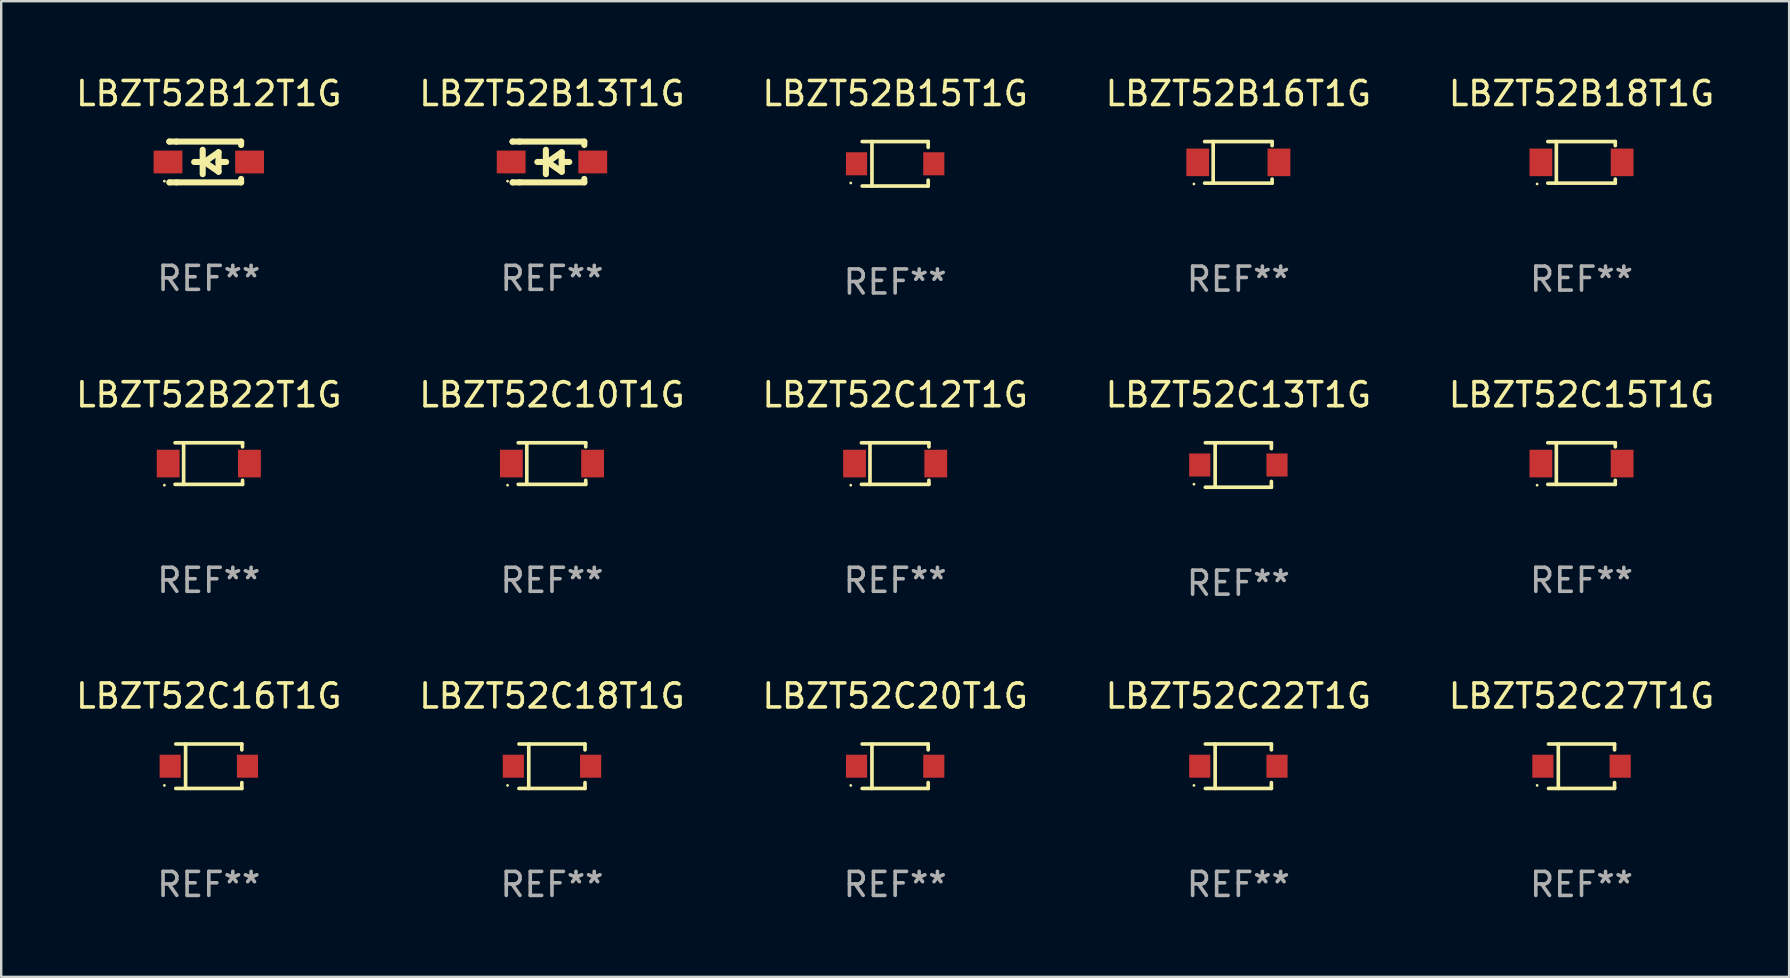
<source format=kicad_pcb>
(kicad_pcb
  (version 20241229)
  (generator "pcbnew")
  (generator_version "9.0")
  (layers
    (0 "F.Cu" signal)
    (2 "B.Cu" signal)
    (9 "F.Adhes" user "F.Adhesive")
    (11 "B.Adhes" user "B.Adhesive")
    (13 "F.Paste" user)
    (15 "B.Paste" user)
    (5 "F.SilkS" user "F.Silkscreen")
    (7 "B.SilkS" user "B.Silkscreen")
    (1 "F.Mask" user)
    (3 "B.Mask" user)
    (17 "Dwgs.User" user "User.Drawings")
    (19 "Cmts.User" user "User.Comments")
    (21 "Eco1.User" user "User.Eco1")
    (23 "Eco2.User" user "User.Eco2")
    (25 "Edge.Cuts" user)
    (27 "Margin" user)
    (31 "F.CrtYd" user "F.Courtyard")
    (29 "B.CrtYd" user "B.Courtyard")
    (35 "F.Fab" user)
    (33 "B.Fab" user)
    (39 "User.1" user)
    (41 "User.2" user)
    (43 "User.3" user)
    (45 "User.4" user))
  (footprint "LBZT52C15T1G"
    (layer "F.Cu")
    (at 62.839 16.263)
    (property "Reference" "LBZT52C15T1G" (at 0 -2.866 0) (layer "F.SilkS") (effects (font (size 1 1) (thickness 0.15))))
    (attr through_hole)
    (fp_line (start -1.406 -0.866) (end 1.406 -0.866) (stroke (width 0.152) (type solid)) (layer "F.SilkS"))
    (fp_line (start -1.406 0.866) (end 1.406 0.866) (stroke (width 0.152) (type solid)) (layer "F.SilkS"))
    (fp_line (start -1.049 -0.866) (end -1.049 0.866) (stroke (width 0.152) (type solid)) (layer "F.SilkS"))
    (fp_line (start 1.406 -0.866) (end 1.406 -0.698) (stroke (width 0.152) (type solid)) (layer "F.SilkS"))
    (fp_line (start 1.406 0.866) (end 1.406 0.698) (stroke (width 0.152) (type solid)) (layer "F.SilkS"))
    (fp_circle (center -1.851 0.9) (end -1.821 0.9) (stroke (width 0.06) (type solid)) (fill no) (layer "F.SilkS"))
    (fp_text user "REF**" (at 0 4.866 0) (layer "F.Fab") (effects (font (size 1 1) (thickness 0.15))))
    (pad "1" smd rect (at -1.692 0) (size 0.95 1.15) (layers "F.Cu" "F.Mask" "F.Paste"))
    (pad "2" smd rect (at 1.692 0) (size 0.95 1.15) (layers "F.Cu" "F.Mask" "F.Paste")))
  (footprint "LBZT52C12T1G"
    (layer "F.Cu")
    (at 34.244 16.263)
    (property "Reference" "LBZT52C12T1G" (at 0 -2.866 0) (layer "F.SilkS") (effects (font (size 1 1) (thickness 0.15))))
    (attr through_hole)
    (fp_line (start -1.406 -0.866) (end 1.406 -0.866) (stroke (width 0.152) (type solid)) (layer "F.SilkS"))
    (fp_line (start -1.406 0.866) (end 1.406 0.866) (stroke (width 0.152) (type solid)) (layer "F.SilkS"))
    (fp_line (start -1.049 -0.866) (end -1.049 0.866) (stroke (width 0.152) (type solid)) (layer "F.SilkS"))
    (fp_line (start 1.406 -0.866) (end 1.406 -0.698) (stroke (width 0.152) (type solid)) (layer "F.SilkS"))
    (fp_line (start 1.406 0.866) (end 1.406 0.698) (stroke (width 0.152) (type solid)) (layer "F.SilkS"))
    (fp_circle (center -1.851 0.9) (end -1.821 0.9) (stroke (width 0.06) (type solid)) (fill no) (layer "F.SilkS"))
    (fp_text user "REF**" (at 0 4.866 0) (layer "F.Fab") (effects (font (size 1 1) (thickness 0.15))))
    (pad "1" smd rect (at -1.692 0) (size 0.95 1.15) (layers "F.Cu" "F.Mask" "F.Paste"))
    (pad "2" smd rect (at 1.692 0) (size 0.95 1.15) (layers "F.Cu" "F.Mask" "F.Paste")))
  (footprint "LBZT52B15T1G"
    (layer "F.Cu")
    (at 34.244 3.774)
    (property "Reference" "LBZT52B15T1G" (at 0 -2.926 0) (layer "F.SilkS") (effects (font (size 1 1) (thickness 0.15))))
    (attr through_hole)
    (fp_line (start -1.376 -0.926) (end 1.376 -0.926) (stroke (width 0.152) (type solid)) (layer "F.SilkS"))
    (fp_line (start -1.376 0.926) (end 1.376 0.926) (stroke (width 0.152) (type solid)) (layer "F.SilkS"))
    (fp_line (start -0.967 -0.926) (end -0.967 0.926) (stroke (width 0.152) (type solid)) (layer "F.SilkS"))
    (fp_line (start 1.376 -0.926) (end 1.376 -0.683) (stroke (width 0.152) (type solid)) (layer "F.SilkS"))
    (fp_line (start 1.376 0.926) (end 1.376 0.683) (stroke (width 0.152) (type solid)) (layer "F.SilkS"))
    (fp_circle (center -1.85 0.8) (end -1.82 0.8) (stroke (width 0.06) (type solid)) (fill no) (layer "F.SilkS"))
    (fp_text user "REF**" (at 0 4.926 0) (layer "F.Fab") (effects (font (size 1 1) (thickness 0.15))))
    (pad "1" smd rect (at -1.61 -0.000076) (size 0.88 0.96) (layers "F.Cu" "F.Mask" "F.Paste"))
    (pad "2" smd rect (at 1.61 -0.000076) (size 0.88 0.96) (layers "F.Cu" "F.Mask" "F.Paste")))
  (footprint "LBZT52C22T1G"
    (layer "F.Cu")
    (at 48.542 28.872)
    (property "Reference" "LBZT52C22T1G" (at 0 -2.926 0) (layer "F.SilkS") (effects (font (size 1 1) (thickness 0.15))))
    (attr through_hole)
    (fp_line (start -1.376 -0.926) (end 1.376 -0.926) (stroke (width 0.152) (type solid)) (layer "F.SilkS"))
    (fp_line (start -1.376 0.926) (end 1.376 0.926) (stroke (width 0.152) (type solid)) (layer "F.SilkS"))
    (fp_line (start -0.967 -0.926) (end -0.967 0.926) (stroke (width 0.152) (type solid)) (layer "F.SilkS"))
    (fp_line (start 1.376 -0.926) (end 1.376 -0.683) (stroke (width 0.152) (type solid)) (layer "F.SilkS"))
    (fp_line (start 1.376 0.926) (end 1.376 0.683) (stroke (width 0.152) (type solid)) (layer "F.SilkS"))
    (fp_circle (center -1.85 0.8) (end -1.82 0.8) (stroke (width 0.06) (type solid)) (fill no) (layer "F.SilkS"))
    (fp_text user "REF**" (at 0 4.926 0) (layer "F.Fab") (effects (font (size 1 1) (thickness 0.15))))
    (pad "1" smd rect (at -1.61 0) (size 0.88 0.96) (layers "F.Cu" "F.Mask" "F.Paste"))
    (pad "2" smd rect (at 1.61 0) (size 0.88 0.96) (layers "F.Cu" "F.Mask" "F.Paste")))
  (footprint "LBZT52B13T1G"
    (layer "F.Cu")
    (at 19.946 3.698)
    (property "Reference" "LBZT52B13T1G" (at 0 -2.85 0) (layer "F.SilkS") (effects (font (size 1 1) (thickness 0.15))))
    (attr through_hole)
    (fp_line (start -1.643 -0.85) (end -1.644 -0.849) (stroke (width 0.254) (type solid)) (layer "F.SilkS"))
    (fp_line (start -1.638 0.85) (end -1.639 0.849) (stroke (width 0.254) (type solid)) (layer "F.SilkS"))
    (fp_line (start -1.346 -0.85) (end -1.643 -0.85) (stroke (width 0.254) (type solid)) (layer "F.SilkS"))
    (fp_line (start -1.346 -0.85) (end 1.346 -0.85) (stroke (width 0.254) (type solid)) (layer "F.SilkS"))
    (fp_line (start -1.346 0.85) (end -1.638 0.85) (stroke (width 0.254) (type solid)) (layer "F.SilkS"))
    (fp_line (start -0.28 0) (end -0.61 0) (stroke (width 0.254) (type solid)) (layer "F.SilkS"))
    (fp_line (start -0.254 -0.508) (end -0.254 0.508) (stroke (width 0.254) (type solid)) (layer "F.SilkS"))
    (fp_line (start -0.178 0) (end 0.406 -0.406) (stroke (width 0.254) (type solid)) (layer "F.SilkS"))
    (fp_line (start 0.406 -0.406) (end 0.406 0.406) (stroke (width 0.254) (type solid)) (layer "F.SilkS"))
    (fp_line (start 0.406 -0.000254) (end 0.72 -0.000254) (stroke (width 0.254) (type solid)) (layer "F.SilkS"))
    (fp_line (start 0.406 0.406) (end -0.178 0) (stroke (width 0.254) (type solid)) (layer "F.SilkS"))
    (fp_line (start 1.346 -0.85) (end 1.346 -0.706) (stroke (width 0.254) (type solid)) (layer "F.SilkS"))
    (fp_line (start 1.346 0.706) (end 1.346 0.85) (stroke (width 0.254) (type solid)) (layer "F.SilkS"))
    (fp_line (start 1.346 0.85) (end -1.346 0.85) (stroke (width 0.254) (type solid)) (layer "F.SilkS"))
    (fp_circle (center -1.85 0.8) (end -1.82 0.8) (stroke (width 0.06) (type solid)) (fill no) (layer "F.SilkS"))
    (fp_text user "REF**" (at 0 4.85 0) (layer "F.Fab") (effects (font (size 1 1) (thickness 0.15))))
    (pad "1" smd rect (at -1.7 0) (size 1.2 0.95) (layers "F.Cu" "F.Mask" "F.Paste"))
    (pad "2" smd rect (at 1.7 0) (size 1.2 0.95) (layers "F.Cu" "F.Mask" "F.Paste")))
  (footprint "LBZT52C18T1G"
    (layer "F.Cu")
    (at 19.946 28.872)
    (property "Reference" "LBZT52C18T1G" (at 0 -2.926 0) (layer "F.SilkS") (effects (font (size 1 1) (thickness 0.15))))
    (attr through_hole)
    (fp_line (start -1.376 -0.926) (end 1.376 -0.926) (stroke (width 0.152) (type solid)) (layer "F.SilkS"))
    (fp_line (start -1.376 0.926) (end 1.376 0.926) (stroke (width 0.152) (type solid)) (layer "F.SilkS"))
    (fp_line (start -0.967 -0.926) (end -0.967 0.926) (stroke (width 0.152) (type solid)) (layer "F.SilkS"))
    (fp_line (start 1.376 -0.926) (end 1.376 -0.683) (stroke (width 0.152) (type solid)) (layer "F.SilkS"))
    (fp_line (start 1.376 0.926) (end 1.376 0.683) (stroke (width 0.152) (type solid)) (layer "F.SilkS"))
    (fp_circle (center -1.85 0.8) (end -1.82 0.8) (stroke (width 0.06) (type solid)) (fill no) (layer "F.SilkS"))
    (fp_text user "REF**" (at 0 4.926 0) (layer "F.Fab") (effects (font (size 1 1) (thickness 0.15))))
    (pad "1" smd rect (at -1.61 0) (size 0.88 0.96) (layers "F.Cu" "F.Mask" "F.Paste"))
    (pad "2" smd rect (at 1.61 0) (size 0.88 0.96) (layers "F.Cu" "F.Mask" "F.Paste")))
  (footprint "LBZT52C27T1G"
    (layer "F.Cu")
    (at 62.839 28.872)
    (property "Reference" "LBZT52C27T1G" (at 0 -2.926 0) (layer "F.SilkS") (effects (font (size 1 1) (thickness 0.15))))
    (attr through_hole)
    (fp_line (start -1.376 -0.926) (end 1.376 -0.926) (stroke (width 0.152) (type solid)) (layer "F.SilkS"))
    (fp_line (start -1.376 0.926) (end 1.376 0.926) (stroke (width 0.152) (type solid)) (layer "F.SilkS"))
    (fp_line (start -0.967 -0.926) (end -0.967 0.926) (stroke (width 0.152) (type solid)) (layer "F.SilkS"))
    (fp_line (start 1.376 -0.926) (end 1.376 -0.683) (stroke (width 0.152) (type solid)) (layer "F.SilkS"))
    (fp_line (start 1.376 0.926) (end 1.376 0.683) (stroke (width 0.152) (type solid)) (layer "F.SilkS"))
    (fp_circle (center -1.85 0.8) (end -1.82 0.8) (stroke (width 0.06) (type solid)) (fill no) (layer "F.SilkS"))
    (fp_text user "REF**" (at 0 4.926 0) (layer "F.Fab") (effects (font (size 1 1) (thickness 0.15))))
    (pad "1" smd rect (at -1.61 0) (size 0.88 0.96) (layers "F.Cu" "F.Mask" "F.Paste"))
    (pad "2" smd rect (at 1.61 0) (size 0.88 0.96) (layers "F.Cu" "F.Mask" "F.Paste")))
  (footprint "LBZT52B18T1G"
    (layer "F.Cu")
    (at 62.839 3.714)
    (property "Reference" "LBZT52B18T1G" (at 0 -2.866 0) (layer "F.SilkS") (effects (font (size 1 1) (thickness 0.15))))
    (attr through_hole)
    (fp_line (start -1.406 -0.866) (end 1.406 -0.866) (stroke (width 0.152) (type solid)) (layer "F.SilkS"))
    (fp_line (start -1.406 0.866) (end 1.406 0.866) (stroke (width 0.152) (type solid)) (layer "F.SilkS"))
    (fp_line (start -1.049 -0.866) (end -1.049 0.866) (stroke (width 0.152) (type solid)) (layer "F.SilkS"))
    (fp_line (start 1.406 -0.866) (end 1.406 -0.698) (stroke (width 0.152) (type solid)) (layer "F.SilkS"))
    (fp_line (start 1.406 0.866) (end 1.406 0.698) (stroke (width 0.152) (type solid)) (layer "F.SilkS"))
    (fp_circle (center -1.851 0.9) (end -1.821 0.9) (stroke (width 0.06) (type solid)) (fill no) (layer "F.SilkS"))
    (fp_text user "REF**" (at 0 4.866 0) (layer "F.Fab") (effects (font (size 1 1) (thickness 0.15))))
    (pad "1" smd rect (at -1.692 0) (size 0.95 1.15) (layers "F.Cu" "F.Mask" "F.Paste"))
    (pad "2" smd rect (at 1.692 0) (size 0.95 1.15) (layers "F.Cu" "F.Mask" "F.Paste")))
  (footprint "LBZT52C13T1G"
    (layer "F.Cu")
    (at 48.542 16.323)
    (property "Reference" "LBZT52C13T1G" (at 0 -2.926 0) (layer "F.SilkS") (effects (font (size 1 1) (thickness 0.15))))
    (attr through_hole)
    (fp_line (start -1.376 -0.926) (end 1.376 -0.926) (stroke (width 0.152) (type solid)) (layer "F.SilkS"))
    (fp_line (start -1.376 0.926) (end 1.376 0.926) (stroke (width 0.152) (type solid)) (layer "F.SilkS"))
    (fp_line (start -0.967 -0.926) (end -0.967 0.926) (stroke (width 0.152) (type solid)) (layer "F.SilkS"))
    (fp_line (start 1.376 -0.926) (end 1.376 -0.683) (stroke (width 0.152) (type solid)) (layer "F.SilkS"))
    (fp_line (start 1.376 0.926) (end 1.376 0.683) (stroke (width 0.152) (type solid)) (layer "F.SilkS"))
    (fp_circle (center -1.85 0.8) (end -1.82 0.8) (stroke (width 0.06) (type solid)) (fill no) (layer "F.SilkS"))
    (fp_text user "REF**" (at 0 4.926 0) (layer "F.Fab") (effects (font (size 1 1) (thickness 0.15))))
    (pad "1" smd rect (at -1.61 0) (size 0.88 0.96) (layers "F.Cu" "F.Mask" "F.Paste"))
    (pad "2" smd rect (at 1.61 0) (size 0.88 0.96) (layers "F.Cu" "F.Mask" "F.Paste")))
  (footprint "LBZT52C10T1G"
    (layer "F.Cu")
    (at 19.946 16.263)
    (property "Reference" "LBZT52C10T1G" (at 0 -2.866 0) (layer "F.SilkS") (effects (font (size 1 1) (thickness 0.15))))
    (attr through_hole)
    (fp_line (start -1.406 -0.866) (end 1.406 -0.866) (stroke (width 0.152) (type solid)) (layer "F.SilkS"))
    (fp_line (start -1.406 0.866) (end 1.406 0.866) (stroke (width 0.152) (type solid)) (layer "F.SilkS"))
    (fp_line (start -1.049 -0.866) (end -1.049 0.866) (stroke (width 0.152) (type solid)) (layer "F.SilkS"))
    (fp_line (start 1.406 -0.866) (end 1.406 -0.698) (stroke (width 0.152) (type solid)) (layer "F.SilkS"))
    (fp_line (start 1.406 0.866) (end 1.406 0.698) (stroke (width 0.152) (type solid)) (layer "F.SilkS"))
    (fp_circle (center -1.851 0.9) (end -1.821 0.9) (stroke (width 0.06) (type solid)) (fill no) (layer "F.SilkS"))
    (fp_text user "REF**" (at 0 4.866 0) (layer "F.Fab") (effects (font (size 1 1) (thickness 0.15))))
    (pad "1" smd rect (at -1.692 0) (size 0.95 1.15) (layers "F.Cu" "F.Mask" "F.Paste"))
    (pad "2" smd rect (at 1.692 0) (size 0.95 1.15) (layers "F.Cu" "F.Mask" "F.Paste")))
  (footprint "LBZT52B16T1G"
    (layer "F.Cu")
    (at 48.542 3.714)
    (property "Reference" "LBZT52B16T1G" (at 0 -2.866 0) (layer "F.SilkS") (effects (font (size 1 1) (thickness 0.15))))
    (attr through_hole)
    (fp_line (start -1.406 -0.866) (end 1.406 -0.866) (stroke (width 0.152) (type solid)) (layer "F.SilkS"))
    (fp_line (start -1.406 0.866) (end 1.406 0.866) (stroke (width 0.152) (type solid)) (layer "F.SilkS"))
    (fp_line (start -1.049 -0.866) (end -1.049 0.866) (stroke (width 0.152) (type solid)) (layer "F.SilkS"))
    (fp_line (start 1.406 -0.866) (end 1.406 -0.698) (stroke (width 0.152) (type solid)) (layer "F.SilkS"))
    (fp_line (start 1.406 0.866) (end 1.406 0.698) (stroke (width 0.152) (type solid)) (layer "F.SilkS"))
    (fp_circle (center -1.851 0.9) (end -1.821 0.9) (stroke (width 0.06) (type solid)) (fill no) (layer "F.SilkS"))
    (fp_text user "REF**" (at 0 4.866 0) (layer "F.Fab") (effects (font (size 1 1) (thickness 0.15))))
    (pad "1" smd rect (at -1.692 0) (size 0.95 1.15) (layers "F.Cu" "F.Mask" "F.Paste"))
    (pad "2" smd rect (at 1.692 0) (size 0.95 1.15) (layers "F.Cu" "F.Mask" "F.Paste")))
  (footprint "LBZT52B22T1G"
    (layer "F.Cu")
    (at 5.649 16.263)
    (property "Reference" "LBZT52B22T1G" (at 0 -2.866 0) (layer "F.SilkS") (effects (font (size 1 1) (thickness 0.15))))
    (attr through_hole)
    (fp_line (start -1.406 -0.866) (end 1.406 -0.866) (stroke (width 0.152) (type solid)) (layer "F.SilkS"))
    (fp_line (start -1.406 0.866) (end 1.406 0.866) (stroke (width 0.152) (type solid)) (layer "F.SilkS"))
    (fp_line (start -1.049 -0.866) (end -1.049 0.866) (stroke (width 0.152) (type solid)) (layer "F.SilkS"))
    (fp_line (start 1.406 -0.866) (end 1.406 -0.698) (stroke (width 0.152) (type solid)) (layer "F.SilkS"))
    (fp_line (start 1.406 0.866) (end 1.406 0.698) (stroke (width 0.152) (type solid)) (layer "F.SilkS"))
    (fp_circle (center -1.851 0.9) (end -1.821 0.9) (stroke (width 0.06) (type solid)) (fill no) (layer "F.SilkS"))
    (fp_text user "REF**" (at 0 4.866 0) (layer "F.Fab") (effects (font (size 1 1) (thickness 0.15))))
    (pad "1" smd rect (at -1.692 0) (size 0.95 1.15) (layers "F.Cu" "F.Mask" "F.Paste"))
    (pad "2" smd rect (at 1.692 0) (size 0.95 1.15) (layers "F.Cu" "F.Mask" "F.Paste")))
  (footprint "LBZT52B12T1G"
    (layer "F.Cu")
    (at 5.649 3.698)
    (property "Reference" "LBZT52B12T1G" (at 0 -2.85 0) (layer "F.SilkS") (effects (font (size 1 1) (thickness 0.15))))
    (attr through_hole)
    (fp_line (start -1.643 -0.85) (end -1.644 -0.849) (stroke (width 0.254) (type solid)) (layer "F.SilkS"))
    (fp_line (start -1.638 0.85) (end -1.639 0.849) (stroke (width 0.254) (type solid)) (layer "F.SilkS"))
    (fp_line (start -1.346 -0.85) (end -1.643 -0.85) (stroke (width 0.254) (type solid)) (layer "F.SilkS"))
    (fp_line (start -1.346 -0.85) (end 1.346 -0.85) (stroke (width 0.254) (type solid)) (layer "F.SilkS"))
    (fp_line (start -1.346 0.85) (end -1.638 0.85) (stroke (width 0.254) (type solid)) (layer "F.SilkS"))
    (fp_line (start -0.28 0) (end -0.61 0) (stroke (width 0.254) (type solid)) (layer "F.SilkS"))
    (fp_line (start -0.254 -0.508) (end -0.254 0.508) (stroke (width 0.254) (type solid)) (layer "F.SilkS"))
    (fp_line (start -0.178 0) (end 0.406 -0.406) (stroke (width 0.254) (type solid)) (layer "F.SilkS"))
    (fp_line (start 0.406 -0.406) (end 0.406 0.406) (stroke (width 0.254) (type solid)) (layer "F.SilkS"))
    (fp_line (start 0.406 -0.000254) (end 0.72 -0.000254) (stroke (width 0.254) (type solid)) (layer "F.SilkS"))
    (fp_line (start 0.406 0.406) (end -0.178 0) (stroke (width 0.254) (type solid)) (layer "F.SilkS"))
    (fp_line (start 1.346 -0.85) (end 1.346 -0.706) (stroke (width 0.254) (type solid)) (layer "F.SilkS"))
    (fp_line (start 1.346 0.706) (end 1.346 0.85) (stroke (width 0.254) (type solid)) (layer "F.SilkS"))
    (fp_line (start 1.346 0.85) (end -1.346 0.85) (stroke (width 0.254) (type solid)) (layer "F.SilkS"))
    (fp_circle (center -1.85 0.8) (end -1.82 0.8) (stroke (width 0.06) (type solid)) (fill no) (layer "F.SilkS"))
    (fp_text user "REF**" (at 0 4.85 0) (layer "F.Fab") (effects (font (size 1 1) (thickness 0.15))))
    (pad "1" smd rect (at -1.7 0) (size 1.2 0.95) (layers "F.Cu" "F.Mask" "F.Paste"))
    (pad "2" smd rect (at 1.7 0) (size 1.2 0.95) (layers "F.Cu" "F.Mask" "F.Paste")))
  (footprint "LBZT52C16T1G"
    (layer "F.Cu")
    (at 5.649 28.872)
    (property "Reference" "LBZT52C16T1G" (at 0 -2.926 0) (layer "F.SilkS") (effects (font (size 1 1) (thickness 0.15))))
    (attr through_hole)
    (fp_line (start -1.376 -0.926) (end 1.376 -0.926) (stroke (width 0.152) (type solid)) (layer "F.SilkS"))
    (fp_line (start -1.376 0.926) (end 1.376 0.926) (stroke (width 0.152) (type solid)) (layer "F.SilkS"))
    (fp_line (start -0.967 -0.926) (end -0.967 0.926) (stroke (width 0.152) (type solid)) (layer "F.SilkS"))
    (fp_line (start 1.376 -0.926) (end 1.376 -0.683) (stroke (width 0.152) (type solid)) (layer "F.SilkS"))
    (fp_line (start 1.376 0.926) (end 1.376 0.683) (stroke (width 0.152) (type solid)) (layer "F.SilkS"))
    (fp_circle (center -1.85 0.8) (end -1.82 0.8) (stroke (width 0.06) (type solid)) (fill no) (layer "F.SilkS"))
    (fp_text user "REF**" (at 0 4.926 0) (layer "F.Fab") (effects (font (size 1 1) (thickness 0.15))))
    (pad "1" smd rect (at -1.61 0) (size 0.88 0.96) (layers "F.Cu" "F.Mask" "F.Paste"))
    (pad "2" smd rect (at 1.61 0) (size 0.88 0.96) (layers "F.Cu" "F.Mask" "F.Paste")))
  (footprint "LBZT52C20T1G"
    (layer "F.Cu")
    (at 34.244 28.872)
    (property "Reference" "LBZT52C20T1G" (at 0 -2.926 0) (layer "F.SilkS") (effects (font (size 1 1) (thickness 0.15))))
    (attr through_hole)
    (fp_line (start -1.376 -0.926) (end 1.376 -0.926) (stroke (width 0.152) (type solid)) (layer "F.SilkS"))
    (fp_line (start -1.376 0.926) (end 1.376 0.926) (stroke (width 0.152) (type solid)) (layer "F.SilkS"))
    (fp_line (start -0.967 -0.926) (end -0.967 0.926) (stroke (width 0.152) (type solid)) (layer "F.SilkS"))
    (fp_line (start 1.376 -0.926) (end 1.376 -0.683) (stroke (width 0.152) (type solid)) (layer "F.SilkS"))
    (fp_line (start 1.376 0.926) (end 1.376 0.683) (stroke (width 0.152) (type solid)) (layer "F.SilkS"))
    (fp_circle (center -1.85 0.8) (end -1.82 0.8) (stroke (width 0.06) (type solid)) (fill no) (layer "F.SilkS"))
    (fp_text user "REF**" (at 0 4.926 0) (layer "F.Fab") (effects (font (size 1 1) (thickness 0.15))))
    (pad "1" smd rect (at -1.61 0) (size 0.88 0.96) (layers "F.Cu" "F.Mask" "F.Paste"))
    (pad "2" smd rect (at 1.61 0) (size 0.88 0.96) (layers "F.Cu" "F.Mask" "F.Paste")))
  (gr_rect
    (start -3 -3)
    (end 71.488 37.647)
    (stroke (width 0.1) (type default))
    (fill no)
    (layer "Edge.Cuts")))
</source>
